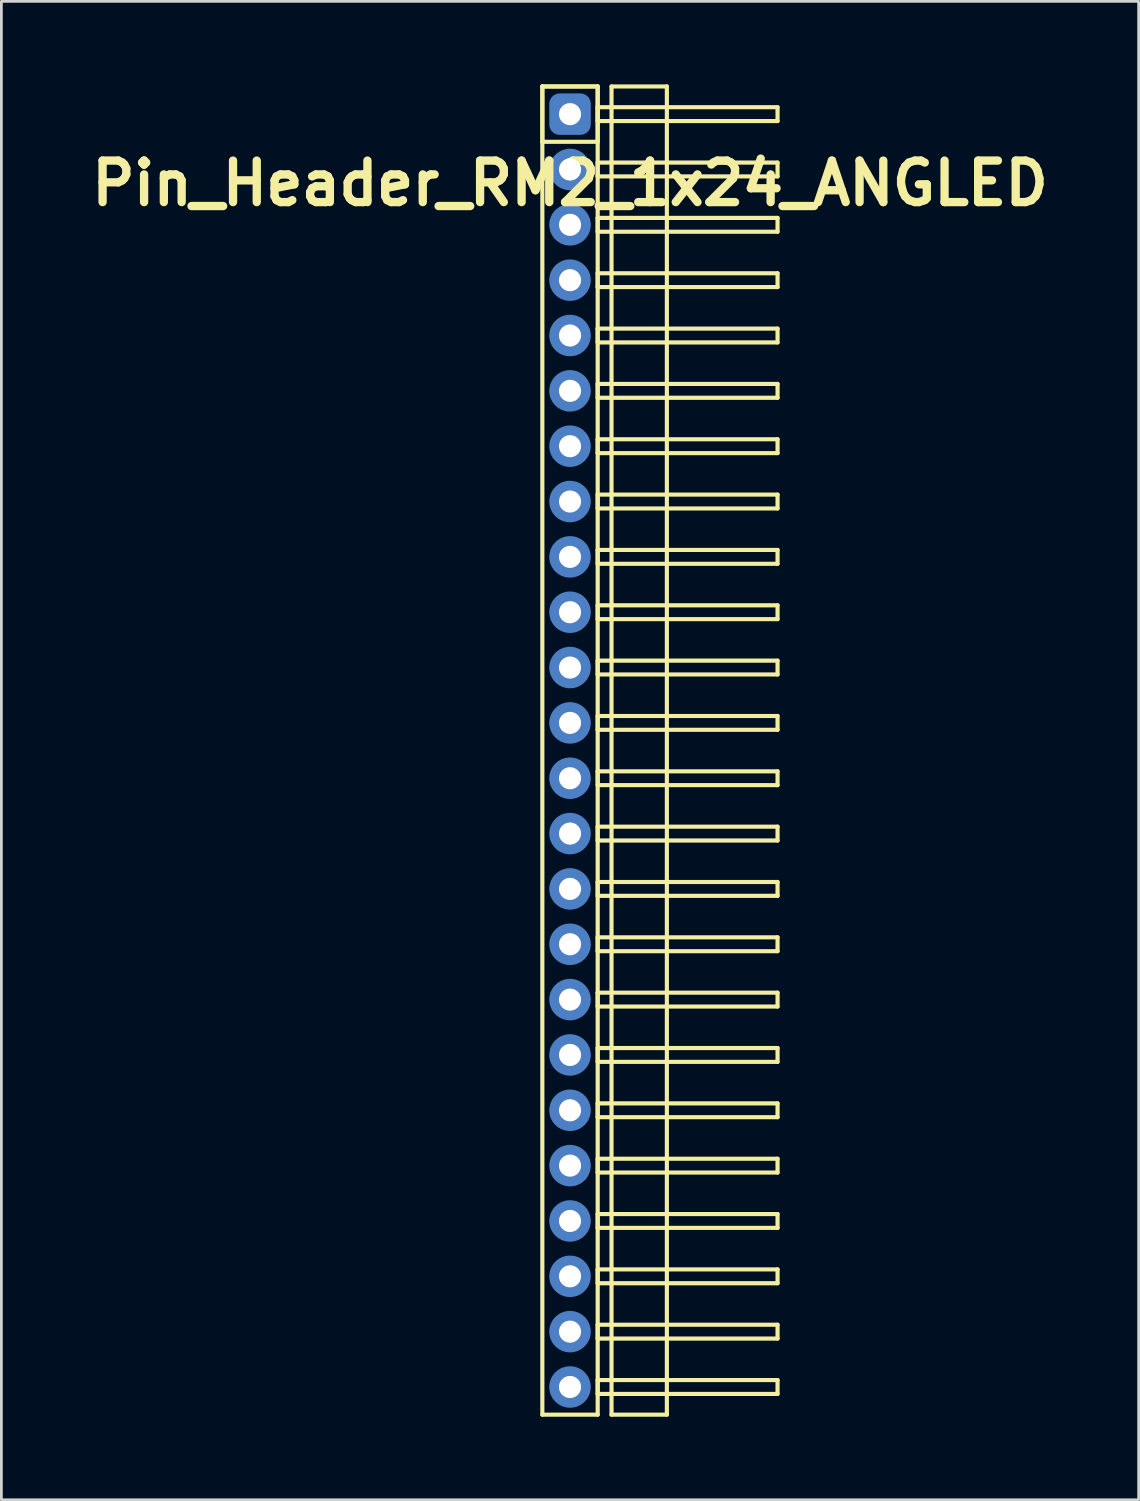
<source format=kicad_pcb>
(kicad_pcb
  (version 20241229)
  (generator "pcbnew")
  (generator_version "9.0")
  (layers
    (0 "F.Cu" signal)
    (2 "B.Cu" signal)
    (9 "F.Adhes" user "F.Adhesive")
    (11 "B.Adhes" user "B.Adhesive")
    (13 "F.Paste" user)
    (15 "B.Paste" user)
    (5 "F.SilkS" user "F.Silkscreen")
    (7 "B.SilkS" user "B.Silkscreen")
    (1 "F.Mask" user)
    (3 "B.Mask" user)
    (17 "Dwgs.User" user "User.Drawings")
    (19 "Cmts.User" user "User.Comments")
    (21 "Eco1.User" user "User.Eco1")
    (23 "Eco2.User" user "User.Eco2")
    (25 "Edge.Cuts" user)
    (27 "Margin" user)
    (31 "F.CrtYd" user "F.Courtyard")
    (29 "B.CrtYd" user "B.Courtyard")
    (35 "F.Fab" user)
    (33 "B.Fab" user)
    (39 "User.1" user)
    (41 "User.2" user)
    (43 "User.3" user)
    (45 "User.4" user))
  (footprint "Pin_Header_RM2_1x24_ANGLED"
    (layer "F.Cu")
    (at 17.55 1.075)
    (property "Reference" "Pin_Header_RM2_1x24_ANGLED" (at 0 2.5 0) (layer "F.SilkS") (effects (font (size 1.5 1.5) (thickness 0.3))))
    (attr through_hole)
    (fp_line (start -1 -1) (end 1 -1) (stroke (width 0.15) (type solid)) (layer "F.SilkS"))
    (fp_line (start -1 -1) (end 1 -1) (stroke (width 0.15) (type solid)) (layer "F.SilkS"))
    (fp_line (start -1 1) (end -1 -1) (stroke (width 0.15) (type solid)) (layer "F.SilkS"))
    (fp_line (start -1 47) (end -1 -1) (stroke (width 0.15) (type solid)) (layer "F.SilkS"))
    (fp_line (start 1 -1) (end 1 1) (stroke (width 0.15) (type solid)) (layer "F.SilkS"))
    (fp_line (start 1 -1) (end 1 47) (stroke (width 0.15) (type solid)) (layer "F.SilkS"))
    (fp_line (start 1 -0.25) (end 7.5 -0.25) (stroke (width 0.15) (type solid)) (layer "F.SilkS"))
    (fp_line (start 1 0.25) (end 1 -0.25) (stroke (width 0.15) (type solid)) (layer "F.SilkS"))
    (fp_line (start 1 1) (end -1 1) (stroke (width 0.15) (type solid)) (layer "F.SilkS"))
    (fp_line (start 1 1.75) (end 7.5 1.75) (stroke (width 0.15) (type solid)) (layer "F.SilkS"))
    (fp_line (start 1 2.25) (end 1 1.75) (stroke (width 0.15) (type solid)) (layer "F.SilkS"))
    (fp_line (start 1 3.75) (end 7.5 3.75) (stroke (width 0.15) (type solid)) (layer "F.SilkS"))
    (fp_line (start 1 4.25) (end 1 3.75) (stroke (width 0.15) (type solid)) (layer "F.SilkS"))
    (fp_line (start 1 5.75) (end 7.5 5.75) (stroke (width 0.15) (type solid)) (layer "F.SilkS"))
    (fp_line (start 1 6.25) (end 1 5.75) (stroke (width 0.15) (type solid)) (layer "F.SilkS"))
    (fp_line (start 1 7.75) (end 7.5 7.75) (stroke (width 0.15) (type solid)) (layer "F.SilkS"))
    (fp_line (start 1 8.25) (end 1 7.75) (stroke (width 0.15) (type solid)) (layer "F.SilkS"))
    (fp_line (start 1 9.75) (end 7.5 9.75) (stroke (width 0.15) (type solid)) (layer "F.SilkS"))
    (fp_line (start 1 10.25) (end 1 9.75) (stroke (width 0.15) (type solid)) (layer "F.SilkS"))
    (fp_line (start 1 11.75) (end 7.5 11.75) (stroke (width 0.15) (type solid)) (layer "F.SilkS"))
    (fp_line (start 1 12.25) (end 1 11.75) (stroke (width 0.15) (type solid)) (layer "F.SilkS"))
    (fp_line (start 1 13.75) (end 7.5 13.75) (stroke (width 0.15) (type solid)) (layer "F.SilkS"))
    (fp_line (start 1 14.25) (end 1 13.75) (stroke (width 0.15) (type solid)) (layer "F.SilkS"))
    (fp_line (start 1 15.75) (end 7.5 15.75) (stroke (width 0.15) (type solid)) (layer "F.SilkS"))
    (fp_line (start 1 16.25) (end 1 15.75) (stroke (width 0.15) (type solid)) (layer "F.SilkS"))
    (fp_line (start 1 17.75) (end 7.5 17.75) (stroke (width 0.15) (type solid)) (layer "F.SilkS"))
    (fp_line (start 1 18.25) (end 1 17.75) (stroke (width 0.15) (type solid)) (layer "F.SilkS"))
    (fp_line (start 1 19.75) (end 7.5 19.75) (stroke (width 0.15) (type solid)) (layer "F.SilkS"))
    (fp_line (start 1 20.25) (end 1 19.75) (stroke (width 0.15) (type solid)) (layer "F.SilkS"))
    (fp_line (start 1 21.75) (end 7.5 21.75) (stroke (width 0.15) (type solid)) (layer "F.SilkS"))
    (fp_line (start 1 22.25) (end 1 21.75) (stroke (width 0.15) (type solid)) (layer "F.SilkS"))
    (fp_line (start 1 23.75) (end 7.5 23.75) (stroke (width 0.15) (type solid)) (layer "F.SilkS"))
    (fp_line (start 1 24.25) (end 1 23.75) (stroke (width 0.15) (type solid)) (layer "F.SilkS"))
    (fp_line (start 1 25.75) (end 7.5 25.75) (stroke (width 0.15) (type solid)) (layer "F.SilkS"))
    (fp_line (start 1 26.25) (end 1 25.75) (stroke (width 0.15) (type solid)) (layer "F.SilkS"))
    (fp_line (start 1 27.75) (end 7.5 27.75) (stroke (width 0.15) (type solid)) (layer "F.SilkS"))
    (fp_line (start 1 28.25) (end 1 27.75) (stroke (width 0.15) (type solid)) (layer "F.SilkS"))
    (fp_line (start 1 29.75) (end 7.5 29.75) (stroke (width 0.15) (type solid)) (layer "F.SilkS"))
    (fp_line (start 1 30.25) (end 1 29.75) (stroke (width 0.15) (type solid)) (layer "F.SilkS"))
    (fp_line (start 1 31.75) (end 7.5 31.75) (stroke (width 0.15) (type solid)) (layer "F.SilkS"))
    (fp_line (start 1 32.25) (end 1 31.75) (stroke (width 0.15) (type solid)) (layer "F.SilkS"))
    (fp_line (start 1 33.75) (end 7.5 33.75) (stroke (width 0.15) (type solid)) (layer "F.SilkS"))
    (fp_line (start 1 34.25) (end 1 33.75) (stroke (width 0.15) (type solid)) (layer "F.SilkS"))
    (fp_line (start 1 35.75) (end 7.5 35.75) (stroke (width 0.15) (type solid)) (layer "F.SilkS"))
    (fp_line (start 1 36.25) (end 1 35.75) (stroke (width 0.15) (type solid)) (layer "F.SilkS"))
    (fp_line (start 1 37.75) (end 7.5 37.75) (stroke (width 0.15) (type solid)) (layer "F.SilkS"))
    (fp_line (start 1 38.25) (end 1 37.75) (stroke (width 0.15) (type solid)) (layer "F.SilkS"))
    (fp_line (start 1 39.75) (end 7.5 39.75) (stroke (width 0.15) (type solid)) (layer "F.SilkS"))
    (fp_line (start 1 40.25) (end 1 39.75) (stroke (width 0.15) (type solid)) (layer "F.SilkS"))
    (fp_line (start 1 41.75) (end 7.5 41.75) (stroke (width 0.15) (type solid)) (layer "F.SilkS"))
    (fp_line (start 1 42.25) (end 1 41.75) (stroke (width 0.15) (type solid)) (layer "F.SilkS"))
    (fp_line (start 1 43.75) (end 7.5 43.75) (stroke (width 0.15) (type solid)) (layer "F.SilkS"))
    (fp_line (start 1 44.25) (end 1 43.75) (stroke (width 0.15) (type solid)) (layer "F.SilkS"))
    (fp_line (start 1 45.75) (end 7.5 45.75) (stroke (width 0.15) (type solid)) (layer "F.SilkS"))
    (fp_line (start 1 46.25) (end 1 45.75) (stroke (width 0.15) (type solid)) (layer "F.SilkS"))
    (fp_line (start 1 47) (end -1 47) (stroke (width 0.15) (type solid)) (layer "F.SilkS"))
    (fp_line (start 1.5 -1) (end 3.5 -1) (stroke (width 0.15) (type solid)) (layer "F.SilkS"))
    (fp_line (start 1.5 47) (end 1.5 -1) (stroke (width 0.15) (type solid)) (layer "F.SilkS"))
    (fp_line (start 3.5 -1) (end 3.5 47) (stroke (width 0.15) (type solid)) (layer "F.SilkS"))
    (fp_line (start 3.5 47) (end 1.5 47) (stroke (width 0.15) (type solid)) (layer "F.SilkS"))
    (fp_line (start 7.5 -0.25) (end 7.5 0.25) (stroke (width 0.15) (type solid)) (layer "F.SilkS"))
    (fp_line (start 7.5 0.25) (end 1 0.25) (stroke (width 0.15) (type solid)) (layer "F.SilkS"))
    (fp_line (start 7.5 1.75) (end 7.5 2.25) (stroke (width 0.15) (type solid)) (layer "F.SilkS"))
    (fp_line (start 7.5 2.25) (end 1 2.25) (stroke (width 0.15) (type solid)) (layer "F.SilkS"))
    (fp_line (start 7.5 3.75) (end 7.5 4.25) (stroke (width 0.15) (type solid)) (layer "F.SilkS"))
    (fp_line (start 7.5 4.25) (end 1 4.25) (stroke (width 0.15) (type solid)) (layer "F.SilkS"))
    (fp_line (start 7.5 5.75) (end 7.5 6.25) (stroke (width 0.15) (type solid)) (layer "F.SilkS"))
    (fp_line (start 7.5 6.25) (end 1 6.25) (stroke (width 0.15) (type solid)) (layer "F.SilkS"))
    (fp_line (start 7.5 7.75) (end 7.5 8.25) (stroke (width 0.15) (type solid)) (layer "F.SilkS"))
    (fp_line (start 7.5 8.25) (end 1 8.25) (stroke (width 0.15) (type solid)) (layer "F.SilkS"))
    (fp_line (start 7.5 9.75) (end 7.5 10.25) (stroke (width 0.15) (type solid)) (layer "F.SilkS"))
    (fp_line (start 7.5 10.25) (end 1 10.25) (stroke (width 0.15) (type solid)) (layer "F.SilkS"))
    (fp_line (start 7.5 11.75) (end 7.5 12.25) (stroke (width 0.15) (type solid)) (layer "F.SilkS"))
    (fp_line (start 7.5 12.25) (end 1 12.25) (stroke (width 0.15) (type solid)) (layer "F.SilkS"))
    (fp_line (start 7.5 13.75) (end 7.5 14.25) (stroke (width 0.15) (type solid)) (layer "F.SilkS"))
    (fp_line (start 7.5 14.25) (end 1 14.25) (stroke (width 0.15) (type solid)) (layer "F.SilkS"))
    (fp_line (start 7.5 15.75) (end 7.5 16.25) (stroke (width 0.15) (type solid)) (layer "F.SilkS"))
    (fp_line (start 7.5 16.25) (end 1 16.25) (stroke (width 0.15) (type solid)) (layer "F.SilkS"))
    (fp_line (start 7.5 17.75) (end 7.5 18.25) (stroke (width 0.15) (type solid)) (layer "F.SilkS"))
    (fp_line (start 7.5 18.25) (end 1 18.25) (stroke (width 0.15) (type solid)) (layer "F.SilkS"))
    (fp_line (start 7.5 19.75) (end 7.5 20.25) (stroke (width 0.15) (type solid)) (layer "F.SilkS"))
    (fp_line (start 7.5 20.25) (end 1 20.25) (stroke (width 0.15) (type solid)) (layer "F.SilkS"))
    (fp_line (start 7.5 21.75) (end 7.5 22.25) (stroke (width 0.15) (type solid)) (layer "F.SilkS"))
    (fp_line (start 7.5 22.25) (end 1 22.25) (stroke (width 0.15) (type solid)) (layer "F.SilkS"))
    (fp_line (start 7.5 23.75) (end 7.5 24.25) (stroke (width 0.15) (type solid)) (layer "F.SilkS"))
    (fp_line (start 7.5 24.25) (end 1 24.25) (stroke (width 0.15) (type solid)) (layer "F.SilkS"))
    (fp_line (start 7.5 25.75) (end 7.5 26.25) (stroke (width 0.15) (type solid)) (layer "F.SilkS"))
    (fp_line (start 7.5 26.25) (end 1 26.25) (stroke (width 0.15) (type solid)) (layer "F.SilkS"))
    (fp_line (start 7.5 27.75) (end 7.5 28.25) (stroke (width 0.15) (type solid)) (layer "F.SilkS"))
    (fp_line (start 7.5 28.25) (end 1 28.25) (stroke (width 0.15) (type solid)) (layer "F.SilkS"))
    (fp_line (start 7.5 29.75) (end 7.5 30.25) (stroke (width 0.15) (type solid)) (layer "F.SilkS"))
    (fp_line (start 7.5 30.25) (end 1 30.25) (stroke (width 0.15) (type solid)) (layer "F.SilkS"))
    (fp_line (start 7.5 31.75) (end 7.5 32.25) (stroke (width 0.15) (type solid)) (layer "F.SilkS"))
    (fp_line (start 7.5 32.25) (end 1 32.25) (stroke (width 0.15) (type solid)) (layer "F.SilkS"))
    (fp_line (start 7.5 33.75) (end 7.5 34.25) (stroke (width 0.15) (type solid)) (layer "F.SilkS"))
    (fp_line (start 7.5 34.25) (end 1 34.25) (stroke (width 0.15) (type solid)) (layer "F.SilkS"))
    (fp_line (start 7.5 35.75) (end 7.5 36.25) (stroke (width 0.15) (type solid)) (layer "F.SilkS"))
    (fp_line (start 7.5 36.25) (end 1 36.25) (stroke (width 0.15) (type solid)) (layer "F.SilkS"))
    (fp_line (start 7.5 37.75) (end 7.5 38.25) (stroke (width 0.15) (type solid)) (layer "F.SilkS"))
    (fp_line (start 7.5 38.25) (end 1 38.25) (stroke (width 0.15) (type solid)) (layer "F.SilkS"))
    (fp_line (start 7.5 39.75) (end 7.5 40.25) (stroke (width 0.15) (type solid)) (layer "F.SilkS"))
    (fp_line (start 7.5 40.25) (end 1 40.25) (stroke (width 0.15) (type solid)) (layer "F.SilkS"))
    (fp_line (start 7.5 41.75) (end 7.5 42.25) (stroke (width 0.15) (type solid)) (layer "F.SilkS"))
    (fp_line (start 7.5 42.25) (end 1 42.25) (stroke (width 0.15) (type solid)) (layer "F.SilkS"))
    (fp_line (start 7.5 43.75) (end 7.5 44.25) (stroke (width 0.15) (type solid)) (layer "F.SilkS"))
    (fp_line (start 7.5 44.25) (end 1 44.25) (stroke (width 0.15) (type solid)) (layer "F.SilkS"))
    (fp_line (start 7.5 45.75) (end 7.5 46.25) (stroke (width 0.15) (type solid)) (layer "F.SilkS"))
    (fp_line (start 7.5 46.25) (end 1 46.25) (stroke (width 0.15) (type solid)) (layer "F.SilkS"))
    (pad "1" thru_hole circle (at 0 0) (size 1.1 1.1) (drill 0.8) (layers "*.Cu" "*.Mask"))
    (pad "1" smd roundrect (at 0 0) (size 1.25 1.25) (layers "F.Cu" "F.Mask") (roundrect_rratio 0.25))
    (pad "1" smd roundrect (at 0 0) (size 1.5 1.5) (layers "B.Cu" "B.Mask") (roundrect_rratio 0.25))
    (pad "2" thru_hole circle (at 0 2) (size 1.1 1.1) (drill 0.8) (layers "*.Cu" "*.Mask"))
    (pad "2" smd circle (at 0 2) (size 1.25 1.25) (layers "F.Cu" "F.Mask"))
    (pad "2" smd circle (at 0 2) (size 1.5 1.5) (layers "B.Cu" "B.Mask"))
    (pad "3" thru_hole circle (at 0 4) (size 1.1 1.1) (drill 0.8) (layers "*.Cu" "*.Mask"))
    (pad "3" smd circle (at 0 4) (size 1.25 1.25) (layers "F.Cu" "F.Mask"))
    (pad "3" smd circle (at 0 4) (size 1.5 1.5) (layers "B.Cu" "B.Mask"))
    (pad "4" thru_hole circle (at 0 6) (size 1.1 1.1) (drill 0.8) (layers "*.Cu" "*.Mask"))
    (pad "4" smd circle (at 0 6) (size 1.25 1.25) (layers "F.Cu" "F.Mask"))
    (pad "4" smd circle (at 0 6) (size 1.5 1.5) (layers "B.Cu" "B.Mask"))
    (pad "5" thru_hole circle (at 0 8) (size 1.1 1.1) (drill 0.8) (layers "*.Cu" "*.Mask"))
    (pad "5" smd circle (at 0 8) (size 1.25 1.25) (layers "F.Cu" "F.Mask"))
    (pad "5" smd circle (at 0 8) (size 1.5 1.5) (layers "B.Cu" "B.Mask"))
    (pad "6" thru_hole circle (at 0 10) (size 1.1 1.1) (drill 0.8) (layers "*.Cu" "*.Mask"))
    (pad "6" smd circle (at 0 10) (size 1.25 1.25) (layers "F.Cu" "F.Mask"))
    (pad "6" smd circle (at 0 10) (size 1.5 1.5) (layers "B.Cu" "B.Mask"))
    (pad "7" thru_hole circle (at 0 12) (size 1.1 1.1) (drill 0.8) (layers "*.Cu" "*.Mask"))
    (pad "7" smd circle (at 0 12) (size 1.25 1.25) (layers "F.Cu" "F.Mask"))
    (pad "7" smd circle (at 0 12) (size 1.5 1.5) (layers "B.Cu" "B.Mask"))
    (pad "8" thru_hole circle (at 0 14) (size 1.1 1.1) (drill 0.8) (layers "*.Cu" "*.Mask"))
    (pad "8" smd circle (at 0 14) (size 1.25 1.25) (layers "F.Cu" "F.Mask"))
    (pad "8" smd circle (at 0 14) (size 1.5 1.5) (layers "B.Cu" "B.Mask"))
    (pad "9" thru_hole circle (at 0 16) (size 1.1 1.1) (drill 0.8) (layers "*.Cu" "*.Mask"))
    (pad "9" smd circle (at 0 16) (size 1.25 1.25) (layers "F.Cu" "F.Mask"))
    (pad "9" smd circle (at 0 16) (size 1.5 1.5) (layers "B.Cu" "B.Mask"))
    (pad "10" thru_hole circle (at 0 18) (size 1.1 1.1) (drill 0.8) (layers "*.Cu" "*.Mask"))
    (pad "10" smd circle (at 0 18) (size 1.25 1.25) (layers "F.Cu" "F.Mask"))
    (pad "10" smd circle (at 0 18) (size 1.5 1.5) (layers "B.Cu" "B.Mask"))
    (pad "11" thru_hole circle (at 0 20) (size 1.1 1.1) (drill 0.8) (layers "*.Cu" "*.Mask"))
    (pad "11" smd circle (at 0 20) (size 1.25 1.25) (layers "F.Cu" "F.Mask"))
    (pad "11" smd circle (at 0 20) (size 1.5 1.5) (layers "B.Cu" "B.Mask"))
    (pad "12" thru_hole circle (at 0 22) (size 1.1 1.1) (drill 0.8) (layers "*.Cu" "*.Mask"))
    (pad "12" smd circle (at 0 22) (size 1.25 1.25) (layers "F.Cu" "F.Mask"))
    (pad "12" smd circle (at 0 22) (size 1.5 1.5) (layers "B.Cu" "B.Mask"))
    (pad "13" thru_hole circle (at 0 24) (size 1.1 1.1) (drill 0.8) (layers "*.Cu" "*.Mask"))
    (pad "13" smd circle (at 0 24) (size 1.25 1.25) (layers "F.Cu" "F.Mask"))
    (pad "13" smd circle (at 0 24) (size 1.5 1.5) (layers "B.Cu" "B.Mask"))
    (pad "14" thru_hole circle (at 0 26) (size 1.1 1.1) (drill 0.8) (layers "*.Cu" "*.Mask"))
    (pad "14" smd circle (at 0 26) (size 1.25 1.25) (layers "F.Cu" "F.Mask"))
    (pad "14" smd circle (at 0 26) (size 1.5 1.5) (layers "B.Cu" "B.Mask"))
    (pad "15" thru_hole circle (at 0 28) (size 1.1 1.1) (drill 0.8) (layers "*.Cu" "*.Mask"))
    (pad "15" smd circle (at 0 28) (size 1.25 1.25) (layers "F.Cu" "F.Mask"))
    (pad "15" smd circle (at 0 28) (size 1.5 1.5) (layers "B.Cu" "B.Mask"))
    (pad "16" thru_hole circle (at 0 30) (size 1.1 1.1) (drill 0.8) (layers "*.Cu" "*.Mask"))
    (pad "16" smd circle (at 0 30) (size 1.25 1.25) (layers "F.Cu" "F.Mask"))
    (pad "16" smd circle (at 0 30) (size 1.5 1.5) (layers "B.Cu" "B.Mask"))
    (pad "17" thru_hole circle (at 0 32) (size 1.1 1.1) (drill 0.8) (layers "*.Cu" "*.Mask"))
    (pad "17" smd circle (at 0 32) (size 1.25 1.25) (layers "F.Cu" "F.Mask"))
    (pad "17" smd circle (at 0 32) (size 1.5 1.5) (layers "B.Cu" "B.Mask"))
    (pad "18" thru_hole circle (at 0 34) (size 1.1 1.1) (drill 0.8) (layers "*.Cu" "*.Mask"))
    (pad "18" smd circle (at 0 34) (size 1.25 1.25) (layers "F.Cu" "F.Mask"))
    (pad "18" smd circle (at 0 34) (size 1.5 1.5) (layers "B.Cu" "B.Mask"))
    (pad "19" thru_hole circle (at 0 36) (size 1.1 1.1) (drill 0.8) (layers "*.Cu" "*.Mask"))
    (pad "19" smd circle (at 0 36) (size 1.25 1.25) (layers "F.Cu" "F.Mask"))
    (pad "19" smd circle (at 0 36) (size 1.5 1.5) (layers "B.Cu" "B.Mask"))
    (pad "20" thru_hole circle (at 0 38) (size 1.1 1.1) (drill 0.8) (layers "*.Cu" "*.Mask"))
    (pad "20" smd circle (at 0 38) (size 1.25 1.25) (layers "F.Cu" "F.Mask"))
    (pad "20" smd circle (at 0 38) (size 1.5 1.5) (layers "B.Cu" "B.Mask"))
    (pad "21" thru_hole circle (at 0 40) (size 1.1 1.1) (drill 0.8) (layers "*.Cu" "*.Mask"))
    (pad "21" smd circle (at 0 40) (size 1.25 1.25) (layers "F.Cu" "F.Mask"))
    (pad "21" smd circle (at 0 40) (size 1.5 1.5) (layers "B.Cu" "B.Mask"))
    (pad "22" thru_hole circle (at 0 42) (size 1.1 1.1) (drill 0.8) (layers "*.Cu" "*.Mask"))
    (pad "22" smd circle (at 0 42) (size 1.25 1.25) (layers "F.Cu" "F.Mask"))
    (pad "22" smd circle (at 0 42) (size 1.5 1.5) (layers "B.Cu" "B.Mask"))
    (pad "23" thru_hole circle (at 0 44) (size 1.1 1.1) (drill 0.8) (layers "*.Cu" "*.Mask"))
    (pad "23" smd circle (at 0 44) (size 1.25 1.25) (layers "F.Cu" "F.Mask"))
    (pad "23" smd circle (at 0 44) (size 1.5 1.5) (layers "B.Cu" "B.Mask"))
    (pad "24" thru_hole circle (at 0 46) (size 1.1 1.1) (drill 0.8) (layers "*.Cu" "*.Mask"))
    (pad "24" smd circle (at 0 46) (size 1.25 1.25) (layers "F.Cu" "F.Mask"))
    (pad "24" smd circle (at 0 46) (size 1.5 1.5) (layers "B.Cu" "B.Mask")))
  (gr_rect
    (start -3 -3)
    (end 38.1 51.15)
    (stroke (width 0.1) (type default))
    (fill no)
    (layer "Edge.Cuts")))
</source>
